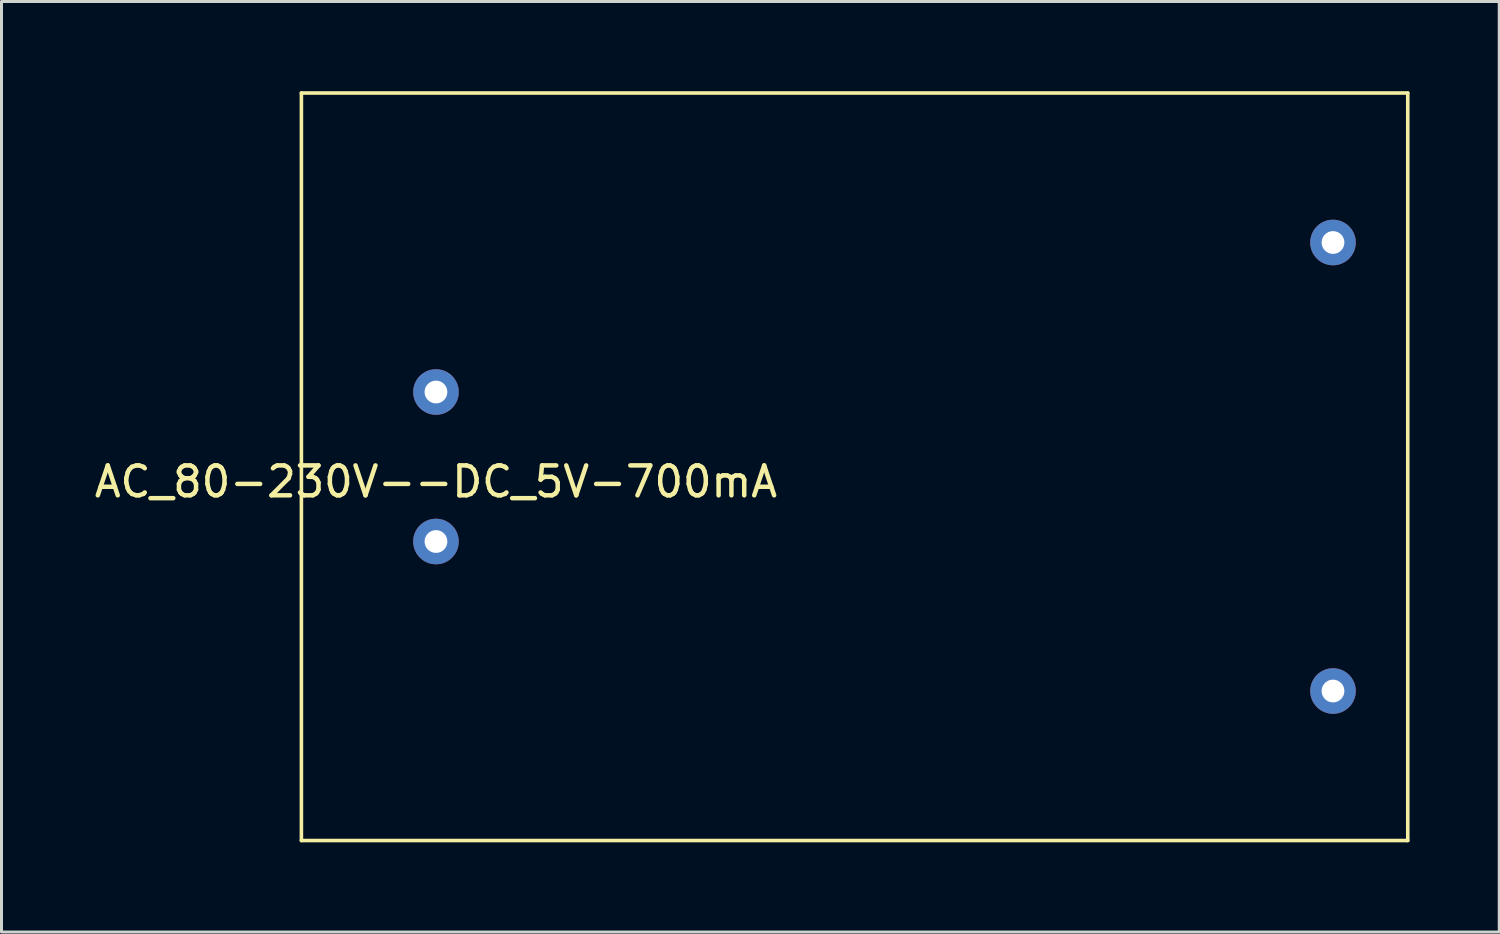
<source format=kicad_pcb>
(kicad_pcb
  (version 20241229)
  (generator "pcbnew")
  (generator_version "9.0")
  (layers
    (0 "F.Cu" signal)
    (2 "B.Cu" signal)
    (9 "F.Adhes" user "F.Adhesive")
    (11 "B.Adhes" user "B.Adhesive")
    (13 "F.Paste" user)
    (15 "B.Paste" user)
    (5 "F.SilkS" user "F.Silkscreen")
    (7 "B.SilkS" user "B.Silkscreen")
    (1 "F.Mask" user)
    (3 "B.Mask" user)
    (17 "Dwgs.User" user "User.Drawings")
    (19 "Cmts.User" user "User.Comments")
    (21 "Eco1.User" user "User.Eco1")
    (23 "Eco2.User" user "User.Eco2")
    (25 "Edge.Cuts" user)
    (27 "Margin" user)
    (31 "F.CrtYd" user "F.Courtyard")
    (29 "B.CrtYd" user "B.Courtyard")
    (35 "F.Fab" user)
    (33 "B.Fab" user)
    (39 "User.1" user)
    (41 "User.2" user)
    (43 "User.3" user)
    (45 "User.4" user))
  (footprint "AC_80-230V--DC_5V-700mA"
    (layer "F.Cu")
    (at 11.53 12.56)
    (property "Reference" "AC_80-230V--DC_5V-700mA" (at 0 0.5 0) (layer "F.SilkS") (effects (font (size 1 1) (thickness 0.15))))
    (attr through_hole)
    (fp_line (start -4.5 -12.5) (end -4.5 12.5) (stroke (width 0.12) (type solid)) (layer "F.SilkS"))
    (fp_line (start -4.5 12.5) (end 32.5 12.5) (stroke (width 0.12) (type solid)) (layer "F.SilkS"))
    (fp_line (start 32.5 -12.5) (end -4.5 -12.5) (stroke (width 0.12) (type solid)) (layer "F.SilkS"))
    (fp_line (start 32.5 12.5) (end 32.5 -12.5) (stroke (width 0.12) (type solid)) (layer "F.SilkS"))
    (pad "1" thru_hole circle (at 0 -2.5) (size 1.524 1.524) (drill 0.762) (layers "*.Cu" "*.Mask"))
    (pad "2" thru_hole circle (at 0 2.5) (size 1.524 1.524) (drill 0.762) (layers "*.Cu" "*.Mask"))
    (pad "3" thru_hole circle (at 30 -7.5) (size 1.524 1.524) (drill 0.762) (layers "*.Cu" "*.Mask"))
    (pad "4" thru_hole circle (at 30 7.5) (size 1.524 1.524) (drill 0.762) (layers "*.Cu" "*.Mask")))
  (gr_rect
    (start -3 -3)
    (end 47.09 28.12)
    (stroke (width 0.1) (type default))
    (fill no)
    (layer "Edge.Cuts")))
</source>
